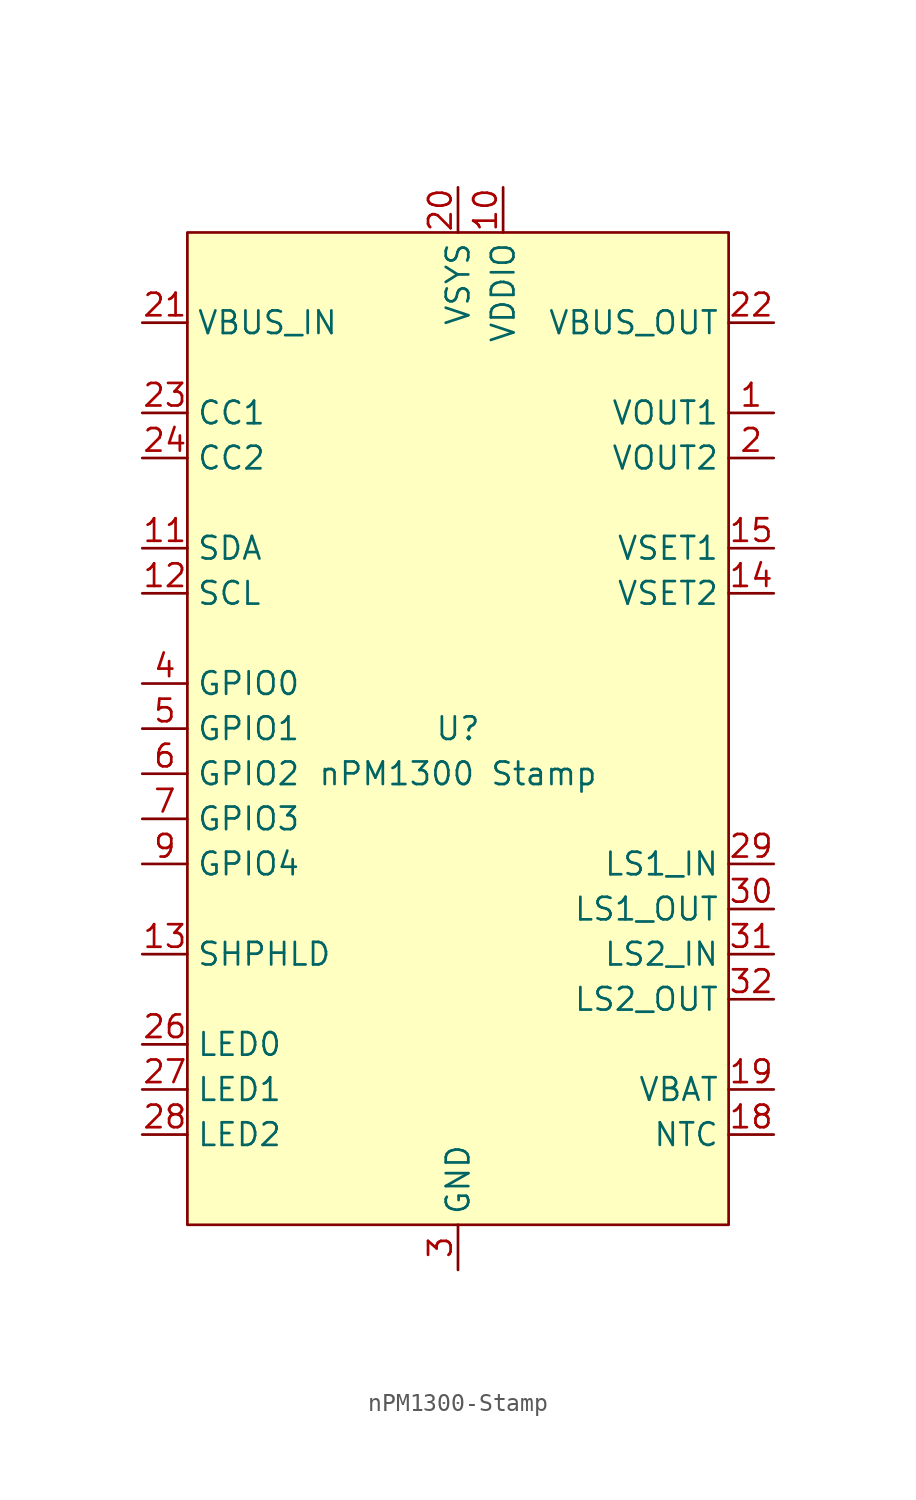
<source format=kicad_sym>
(kicad_symbol_lib
  (version 20231120)
  (generator "kicad_symbol_editor")
  (generator_version "8.0")
  (symbol "nPM1300-Stamp"
    (property "Reference" "U"
      (at 0 0 0)
      (effects (font (size 1.27 1.27))))
    (property "Value" "nPM1300 Stamp"
      (at 0 -2.54 0)
      (effects (font (size 1.27 1.27))))
    (symbol "nPM1300-Stamp_0_0"
      (pin power_out line (at 17.78 17.78 180) (length 2.54) (name "VOUT1" (effects (font (size 1.27 1.27)))) (number "1" (effects (font (size 1.27 1.27)))))
      (pin power_in line (at 2.54 30.48 270) (length 2.54) (name "VDDIO" (effects (font (size 1.27 1.27)))) (number "10" (effects (font (size 1.27 1.27)))))
      (pin bidirectional line (at -17.78 10.16 0) (length 2.54) (name "SDA" (effects (font (size 1.27 1.27)))) (number "11" (effects (font (size 1.27 1.27)))))
      (pin input line (at -17.78 7.62 0) (length 2.54) (name "SCL" (effects (font (size 1.27 1.27)))) (number "12" (effects (font (size 1.27 1.27)))))
      (pin input line (at -17.78 -12.7 0) (length 2.54) (name "SHPHLD" (effects (font (size 1.27 1.27)))) (number "13" (effects (font (size 1.27 1.27)))))
      (pin passive line (at 17.78 7.62 180) (length 2.54) (name "VSET2" (effects (font (size 1.27 1.27)))) (number "14" (effects (font (size 1.27 1.27)))))
      (pin passive line (at 17.78 10.16 180) (length 2.54) (name "VSET1" (effects (font (size 1.27 1.27)))) (number "15" (effects (font (size 1.27 1.27)))))
      (pin passive line (at 0 -30.48 90) (length 2.54) hide (name "GND" (effects (font (size 1.27 1.27)))) (number "16" (effects (font (size 1.27 1.27)))))
      (pin passive line (at 0 -30.48 90) (length 2.54) hide (name "GND" (effects (font (size 1.27 1.27)))) (number "17" (effects (font (size 1.27 1.27)))))
      (pin passive line (at 17.78 -22.86 180) (length 2.54) (name "NTC" (effects (font (size 1.27 1.27)))) (number "18" (effects (font (size 1.27 1.27)))))
      (pin power_in line (at 17.78 -20.32 180) (length 2.54) (name "VBAT" (effects (font (size 1.27 1.27)))) (number "19" (effects (font (size 1.27 1.27)))))
      (pin power_out line (at 17.78 15.24 180) (length 2.54) (name "VOUT2" (effects (font (size 1.27 1.27)))) (number "2" (effects (font (size 1.27 1.27)))))
      (pin power_out line (at 0 30.48 270) (length 2.54) (name "VSYS" (effects (font (size 1.27 1.27)))) (number "20" (effects (font (size 1.27 1.27)))))
      (pin power_in line (at -17.78 22.86 0) (length 2.54) (name "VBUS_IN" (effects (font (size 1.27 1.27)))) (number "21" (effects (font (size 1.27 1.27)))))
      (pin power_out line (at 17.78 22.86 180) (length 2.54) (name "VBUS_OUT" (effects (font (size 1.27 1.27)))) (number "22" (effects (font (size 1.27 1.27)))))
      (pin input line (at -17.78 17.78 0) (length 2.54) (name "CC1" (effects (font (size 1.27 1.27)))) (number "23" (effects (font (size 1.27 1.27)))))
      (pin input line (at -17.78 15.24 0) (length 2.54) (name "CC2" (effects (font (size 1.27 1.27)))) (number "24" (effects (font (size 1.27 1.27)))))
      (pin passive line (at 0 -30.48 90) (length 2.54) hide (name "GND" (effects (font (size 1.27 1.27)))) (number "25" (effects (font (size 1.27 1.27)))))
      (pin input line (at -17.78 -17.78 0) (length 2.54) (name "LED0" (effects (font (size 1.27 1.27)))) (number "26" (effects (font (size 1.27 1.27)))))
      (pin input line (at -17.78 -20.32 0) (length 2.54) (name "LED1" (effects (font (size 1.27 1.27)))) (number "27" (effects (font (size 1.27 1.27)))))
      (pin input line (at -17.78 -22.86 0) (length 2.54) (name "LED2" (effects (font (size 1.27 1.27)))) (number "28" (effects (font (size 1.27 1.27)))))
      (pin power_in line (at 17.78 -7.62 180) (length 2.54) (name "LS1_IN" (effects (font (size 1.27 1.27)))) (number "29" (effects (font (size 1.27 1.27)))))
      (pin power_in line (at 0 -30.48 90) (length 2.54) (name "GND" (effects (font (size 1.27 1.27)))) (number "3" (effects (font (size 1.27 1.27)))))
      (pin power_out line (at 17.78 -10.16 180) (length 2.54) (name "LS1_OUT" (effects (font (size 1.27 1.27)))) (number "30" (effects (font (size 1.27 1.27)))))
      (pin power_in line (at 17.78 -12.7 180) (length 2.54) (name "LS2_IN" (effects (font (size 1.27 1.27)))) (number "31" (effects (font (size 1.27 1.27)))))
      (pin power_out line (at 17.78 -15.24 180) (length 2.54) (name "LS2_OUT" (effects (font (size 1.27 1.27)))) (number "32" (effects (font (size 1.27 1.27)))))
      (pin bidirectional line (at -17.78 2.54 0) (length 2.54) (name "GPIO0" (effects (font (size 1.27 1.27)))) (number "4" (effects (font (size 1.27 1.27)))))
      (pin bidirectional line (at -17.78 0 0) (length 2.54) (name "GPIO1" (effects (font (size 1.27 1.27)))) (number "5" (effects (font (size 1.27 1.27)))))
      (pin bidirectional line (at -17.78 -2.54 0) (length 2.54) (name "GPIO2" (effects (font (size 1.27 1.27)))) (number "6" (effects (font (size 1.27 1.27)))))
      (pin bidirectional line (at -17.78 -5.08 0) (length 2.54) (name "GPIO3" (effects (font (size 1.27 1.27)))) (number "7" (effects (font (size 1.27 1.27)))))
      (pin passive line (at 0 -30.48 90) (length 2.54) hide (name "GND" (effects (font (size 1.27 1.27)))) (number "8" (effects (font (size 1.27 1.27)))))
      (pin bidirectional line (at -17.78 -7.62 0) (length 2.54) (name "GPIO4" (effects (font (size 1.27 1.27)))) (number "9" (effects (font (size 1.27 1.27))))))
    (symbol "nPM1300-Stamp_1_1"
      (rectangle (start -15.24 27.94) (end 15.24 -27.94) (stroke (width 0) (type default)) (fill (type background))))))
</source>
